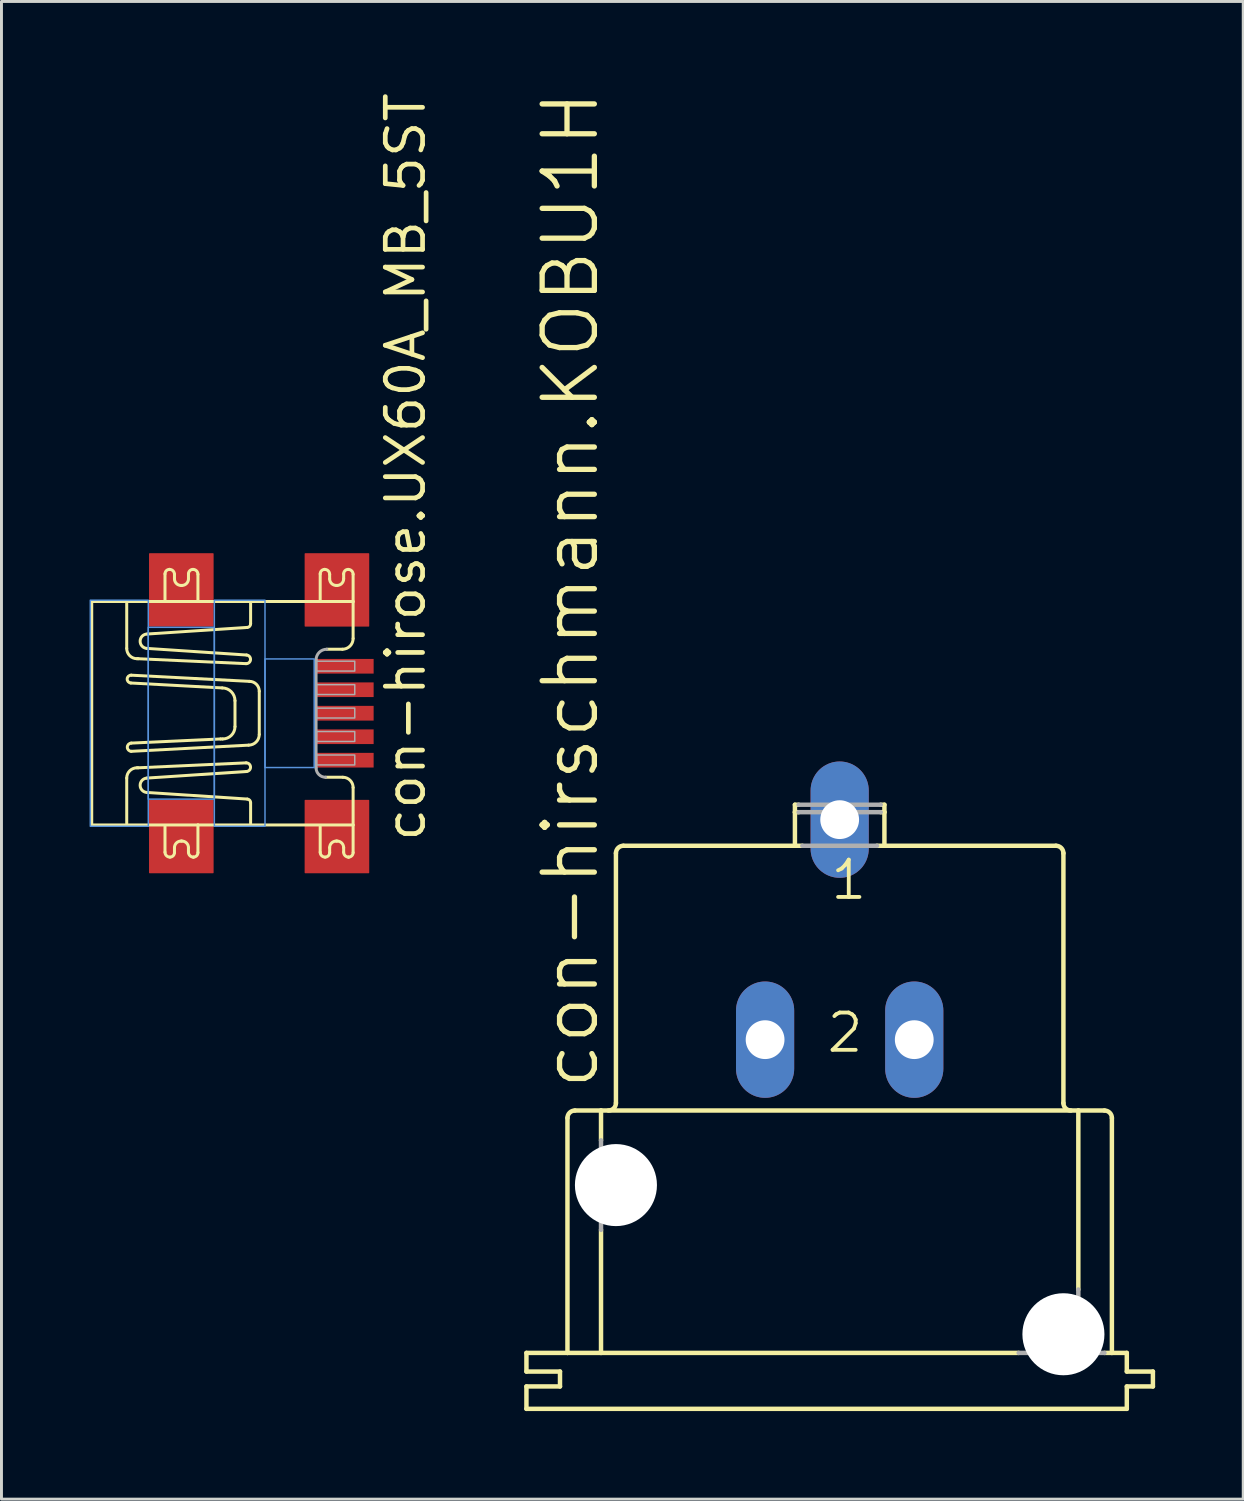
<source format=kicad_pcb>
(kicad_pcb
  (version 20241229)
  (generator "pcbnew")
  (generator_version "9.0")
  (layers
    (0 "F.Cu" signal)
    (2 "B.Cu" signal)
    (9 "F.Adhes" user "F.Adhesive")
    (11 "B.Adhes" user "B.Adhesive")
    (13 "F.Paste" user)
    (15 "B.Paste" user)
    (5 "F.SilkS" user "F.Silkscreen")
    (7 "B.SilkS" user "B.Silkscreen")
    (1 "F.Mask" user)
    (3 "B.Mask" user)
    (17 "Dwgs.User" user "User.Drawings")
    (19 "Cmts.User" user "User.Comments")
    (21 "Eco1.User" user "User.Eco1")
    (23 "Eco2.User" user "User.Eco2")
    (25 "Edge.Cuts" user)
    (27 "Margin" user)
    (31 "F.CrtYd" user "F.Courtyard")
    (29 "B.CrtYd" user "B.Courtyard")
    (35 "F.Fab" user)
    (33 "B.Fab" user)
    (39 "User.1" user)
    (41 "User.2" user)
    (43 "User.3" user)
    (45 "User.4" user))
  (footprint "con-hirose.UX60A_MB_5ST"
    (layer "F.Cu")
    (at 6.425 21.241)
    (property "Reference" "con-hirose.UX60A_MB_5ST" (at 5.08 4.445 90) (layer "F.SilkS") (effects (font (size 1.27 1.27) (thickness 0.16)) (justify left bottom)))
    (attr smd)
    (fp_line (start -6.351 -3.806) (end 2.551 -3.806) (stroke (width 0.102) (type default)) (layer "F.SilkS"))
    (fp_line (start -6.351 3.806) (end -6.351 -3.806) (stroke (width 0.102) (type default)) (layer "F.SilkS"))
    (fp_line (start -5.159 -3.75) (end -5.159 -2.208) (stroke (width 0.102) (type default)) (layer "F.SilkS"))
    (fp_line (start -5.159 3.75) (end -5.159 2.208) (stroke (width 0.102) (type default)) (layer "F.SilkS"))
    (fp_line (start -5.019 -1.03) (end -1.907 -0.862) (stroke (width 0.102) (type default)) (layer "F.SilkS"))
    (fp_line (start -5.005 1.297) (end -1.01 1.087) (stroke (width 0.102) (type default)) (layer "F.SilkS"))
    (fp_line (start -4.809 -1.857) (end -4.767 -1.857) (stroke (width 0.102) (type default)) (layer "F.SilkS"))
    (fp_line (start -4.809 1.858) (end -4.767 1.858) (stroke (width 0.102) (type default)) (layer "F.SilkS"))
    (fp_line (start -4.767 -1.857) (end -1.094 -1.689) (stroke (width 0.102) (type default)) (layer "F.SilkS"))
    (fp_line (start -4.767 1.858) (end -1.094 1.69) (stroke (width 0.102) (type default)) (layer "F.SilkS"))
    (fp_line (start -4.458 -2.698) (end -1.052 -2.923) (stroke (width 0.102) (type default)) (layer "F.SilkS"))
    (fp_line (start -4.458 2.699) (end -1.052 2.923) (stroke (width 0.102) (type default)) (layer "F.SilkS"))
    (fp_line (start -3.856 4.732) (end -3.856 3.862) (stroke (width 0.102) (type default)) (layer "F.SilkS"))
    (fp_line (start -3.856 -3.806) (end -3.856 -4.745) (stroke (width 0.102) (type default)) (layer "F.SilkS"))
    (fp_line (start -3.701 -4.899) (end -3.701 -4.899) (stroke (width 0.102) (type default)) (layer "F.SilkS"))
    (fp_line (start -3.533 4.577) (end -3.533 4.746) (stroke (width 0.102) (type default)) (layer "F.SilkS"))
    (fp_line (start -3.533 -4.731) (end -3.533 -4.577) (stroke (width 0.102) (type default)) (layer "F.SilkS"))
    (fp_line (start -3.309 -4.353) (end -3.281 -4.353) (stroke (width 0.102) (type default)) (layer "F.SilkS"))
    (fp_line (start -3.281 4.353) (end -3.309 4.353) (stroke (width 0.102) (type default)) (layer "F.SilkS"))
    (fp_line (start -3.057 4.732) (end -3.057 4.577) (stroke (width 0.102) (type default)) (layer "F.SilkS"))
    (fp_line (start -3.056 -4.577) (end -3.056 -4.745) (stroke (width 0.102) (type default)) (layer "F.SilkS"))
    (fp_line (start -2.888 4.9) (end -2.888 4.9) (stroke (width 0.102) (type default)) (layer "F.SilkS"))
    (fp_line (start -2.734 3.806) (end -6.351 3.806) (stroke (width 0.102) (type default)) (layer "F.SilkS"))
    (fp_line (start -2.734 3.806) (end -2.734 4.746) (stroke (width 0.102) (type default)) (layer "F.SilkS"))
    (fp_line (start -2.734 -4.731) (end -2.734 -3.862) (stroke (width 0.102) (type default)) (layer "F.SilkS"))
    (fp_line (start -1.963 0.876) (end -5.005 1.017) (stroke (width 0.102) (type default)) (layer "F.SilkS"))
    (fp_line (start -1.893 0.876) (end -1.963 0.876) (stroke (width 0.102) (type default)) (layer "F.SilkS"))
    (fp_line (start -1.472 -0.427) (end -1.472 0.456) (stroke (width 0.102) (type default)) (layer "F.SilkS"))
    (fp_line (start -1.08 -1.983) (end -4.472 -2.208) (stroke (width 0.102) (type default)) (layer "F.SilkS"))
    (fp_line (start -1.08 1.984) (end -4.472 2.208) (stroke (width 0.102) (type default)) (layer "F.SilkS"))
    (fp_line (start -0.982 -1.086) (end -5.005 -1.296) (stroke (width 0.102) (type default)) (layer "F.SilkS"))
    (fp_line (start -0.94 -3.049) (end -0.94 -3.75) (stroke (width 0.102) (type default)) (layer "F.SilkS"))
    (fp_line (start -0.94 3.049) (end -0.94 3.75) (stroke (width 0.102) (type default)) (layer "F.SilkS"))
    (fp_line (start -0.645 0.722) (end -0.645 -0.75) (stroke (width 0.102) (type default)) (layer "F.SilkS"))
    (fp_line (start 1.43 4.732) (end 1.43 3.862) (stroke (width 0.102) (type default)) (layer "F.SilkS"))
    (fp_line (start 1.43 -3.806) (end 1.43 -4.745) (stroke (width 0.102) (type default)) (layer "F.SilkS"))
    (fp_line (start 1.584 -4.899) (end 1.584 -4.899) (stroke (width 0.102) (type default)) (layer "F.SilkS"))
    (fp_line (start 1.612 2.18) (end 2.201 2.18) (stroke (width 0.102) (type default)) (layer "F.SilkS"))
    (fp_line (start 1.752 4.577) (end 1.752 4.746) (stroke (width 0.102) (type default)) (layer "F.SilkS"))
    (fp_line (start 1.752 -4.731) (end 1.752 -4.577) (stroke (width 0.102) (type default)) (layer "F.SilkS"))
    (fp_line (start 1.976 -4.353) (end 2.005 -4.353) (stroke (width 0.102) (type default)) (layer "F.SilkS"))
    (fp_line (start 2.004 4.353) (end 1.976 4.353) (stroke (width 0.102) (type default)) (layer "F.SilkS"))
    (fp_line (start 2.187 -2.18) (end 1.654 -2.18) (stroke (width 0.102) (type default)) (layer "F.SilkS"))
    (fp_line (start 2.229 4.732) (end 2.229 4.577) (stroke (width 0.102) (type default)) (layer "F.SilkS"))
    (fp_line (start 2.229 -4.577) (end 2.229 -4.745) (stroke (width 0.102) (type default)) (layer "F.SilkS"))
    (fp_line (start 2.397 4.9) (end 2.397 4.9) (stroke (width 0.102) (type default)) (layer "F.SilkS"))
    (fp_line (start 2.551 -3.806) (end 2.551 -2.544) (stroke (width 0.102) (type default)) (layer "F.SilkS"))
    (fp_line (start 2.551 2.531) (end 2.551 3.806) (stroke (width 0.102) (type default)) (layer "F.SilkS"))
    (fp_line (start 2.551 3.806) (end -2.734 3.806) (stroke (width 0.102) (type default)) (layer "F.SilkS"))
    (fp_line (start 2.551 3.806) (end 2.551 4.746) (stroke (width 0.102) (type default)) (layer "F.SilkS"))
    (fp_line (start 2.551 -4.731) (end 2.551 -3.792) (stroke (width 0.102) (type default)) (layer "F.SilkS"))
    (fp_arc (start -5.1592 2.2083) (mid -5.056512 1.960488) (end -4.8087 1.8578) (stroke (width 0.1016) (type default)) (layer "F.SilkS"))
    (fp_arc (start -5.0191 -1.0301) (mid -5.1453 -1.1703) (end -5.0051 -1.2965) (stroke (width 0.1016) (type default)) (layer "F.SilkS"))
    (fp_arc (start -5.0051 1.297) (mid -5.138901 1.15685) (end -5.0051 1.0167) (stroke (width 0.1016) (type default)) (layer "F.SilkS"))
    (fp_arc (start -4.8088 -1.8572) (mid -5.05667 -1.95983) (end -5.1593 -2.2077) (stroke (width 0.1016) (type default)) (layer "F.SilkS"))
    (fp_arc (start -4.4724 -2.2077) (mid -4.701722 -2.459792) (end -4.4584 -2.6984) (stroke (width 0.1016) (type default)) (layer "F.SilkS"))
    (fp_arc (start -4.4583 2.699) (mid -4.701622 2.460392) (end -4.4723 2.2083) (stroke (width 0.1016) (type default)) (layer "F.SilkS"))
    (fp_arc (start -3.8555 -4.7451) (mid -3.810477 -4.854348) (end -3.7012 -4.8993) (stroke (width 0.1016) (type default)) (layer "F.SilkS"))
    (fp_arc (start -3.7013 -4.8993) (mid -3.582365 -4.850035) (end -3.5331 -4.7311) (stroke (width 0.1016) (type default)) (layer "F.SilkS"))
    (fp_arc (start -3.6874 4.8999) (mid -3.806335 4.850635) (end -3.8556 4.7317) (stroke (width 0.1016) (type default)) (layer "F.SilkS"))
    (fp_arc (start -3.5332 4.5775) (mid -3.467533 4.418867) (end -3.3089 4.3532) (stroke (width 0.1016) (type default)) (layer "F.SilkS"))
    (fp_arc (start -3.5332 4.7457) (mid -3.578364 4.854736) (end -3.6874 4.8999) (stroke (width 0.1016) (type default)) (layer "F.SilkS"))
    (fp_arc (start -3.3088 -4.3526) (mid -3.467463 -4.418237) (end -3.5331 -4.5769) (stroke (width 0.1016) (type default)) (layer "F.SilkS"))
    (fp_arc (start -3.2808 4.3532) (mid -3.122108 4.418808) (end -3.0565 4.5775) (stroke (width 0.1016) (type default)) (layer "F.SilkS"))
    (fp_arc (start -3.0564 -4.7451) (mid -3.011236 -4.854136) (end -2.9022 -4.8993) (stroke (width 0.1016) (type default)) (layer "F.SilkS"))
    (fp_arc (start -3.0564 -4.5769) (mid -3.122037 -4.418237) (end -3.2807 -4.3526) (stroke (width 0.1016) (type default)) (layer "F.SilkS"))
    (fp_arc (start -2.9022 -4.8993) (mid -2.783265 -4.850035) (end -2.734 -4.7311) (stroke (width 0.1016) (type default)) (layer "F.SilkS"))
    (fp_arc (start -2.8883 4.8999) (mid -3.007235 4.850635) (end -3.0565 4.7317) (stroke (width 0.1016) (type default)) (layer "F.SilkS"))
    (fp_arc (start -2.7341 4.7457) (mid -2.779123 4.854948) (end -2.8884 4.8999) (stroke (width 0.1016) (type default)) (layer "F.SilkS"))
    (fp_arc (start -1.9069 -0.8619) (mid -1.599591 -0.734609) (end -1.4723 -0.4273) (stroke (width 0.1016) (type default)) (layer "F.SilkS"))
    (fp_arc (start -1.4723 0.4559) (mid -1.595491 0.753309) (end -1.8929 0.8765) (stroke (width 0.1016) (type default)) (layer "F.SilkS"))
    (fp_arc (start -1.0937 1.6896) (mid -0.9398 1.829814) (end -1.0797 1.984) (stroke (width 0.1016) (type default)) (layer "F.SilkS"))
    (fp_arc (start -1.0798 -1.9834) (mid -0.9399 -1.829214) (end -1.0938 -1.689) (stroke (width 0.1016) (type default)) (layer "F.SilkS"))
    (fp_arc (start -1.0517 2.9233) (mid -0.96976 2.963358) (end -0.9395 3.0494) (stroke (width 0.1016) (type default)) (layer "F.SilkS"))
    (fp_arc (start -0.9817 -1.0862) (mid -0.743817 -0.987583) (end -0.6452 -0.7497) (stroke (width 0.1016) (type default)) (layer "F.SilkS"))
    (fp_arc (start -0.9396 -3.0488) (mid -0.96986 -2.962758) (end -1.0518 -2.9227) (stroke (width 0.1016) (type default)) (layer "F.SilkS"))
    (fp_arc (start -0.6452 0.7223) (mid -0.75196 0.98004) (end -1.0097 1.0868) (stroke (width 0.1016) (type default)) (layer "F.SilkS"))
    (fp_arc (start 1.4297 -4.7451) (mid 1.474782 -4.854289) (end 1.584 -4.8993) (stroke (width 0.1016) (type default)) (layer "F.SilkS"))
    (fp_arc (start 1.5839 -4.8993) (mid 1.702835 -4.850035) (end 1.7521 -4.7311) (stroke (width 0.1016) (type default)) (layer "F.SilkS"))
    (fp_arc (start 1.5978 4.8999) (mid 1.478865 4.850635) (end 1.4296 4.7317) (stroke (width 0.1016) (type default)) (layer "F.SilkS"))
    (fp_arc (start 1.752 4.5775) (mid 1.817696 4.418896) (end 1.9763 4.3532) (stroke (width 0.1016) (type default)) (layer "F.SilkS"))
    (fp_arc (start 1.752 4.7457) (mid 1.706836 4.854736) (end 1.5978 4.8999) (stroke (width 0.1016) (type default)) (layer "F.SilkS"))
    (fp_arc (start 1.9764 -4.3526) (mid 1.817796 -4.418296) (end 1.7521 -4.5769) (stroke (width 0.1016) (type default)) (layer "F.SilkS"))
    (fp_arc (start 2.0044 4.3532) (mid 2.163092 4.418808) (end 2.2287 4.5775) (stroke (width 0.1016) (type default)) (layer "F.SilkS"))
    (fp_arc (start 2.2006 2.1802) (mid 2.44847 2.28283) (end 2.5511 2.5307) (stroke (width 0.1016) (type default)) (layer "F.SilkS"))
    (fp_arc (start 2.2288 -4.7451) (mid 2.273964 -4.854136) (end 2.383 -4.8993) (stroke (width 0.1016) (type default)) (layer "F.SilkS"))
    (fp_arc (start 2.2288 -4.5769) (mid 2.163133 -4.418267) (end 2.0045 -4.3526) (stroke (width 0.1016) (type default)) (layer "F.SilkS"))
    (fp_arc (start 2.383 -4.8993) (mid 2.501935 -4.850035) (end 2.5512 -4.7311) (stroke (width 0.1016) (type default)) (layer "F.SilkS"))
    (fp_arc (start 2.3969 4.8999) (mid 2.277965 4.850635) (end 2.2287 4.7317) (stroke (width 0.1016) (type default)) (layer "F.SilkS"))
    (fp_arc (start 2.5511 -2.5442) (mid 2.44437 -2.28643) (end 2.1866 -2.1797) (stroke (width 0.1016) (type default)) (layer "F.SilkS"))
    (fp_arc (start 2.5511 4.7457) (mid 2.506048 4.854918) (end 2.3968 4.8999) (stroke (width 0.1016) (type default)) (layer "F.SilkS"))
    (fp_rect (start -6.4 3.85) (end -4.425 -3.85) (stroke (width 0.05) (type default)) (fill no) (layer "Cmts.User"))
    (fp_rect (start -4.425 2.925) (end -2.175 -2.925) (stroke (width 0.05) (type default)) (fill no) (layer "Cmts.User"))
    (fp_rect (start -2.175 3.85) (end -0.45 -3.85) (stroke (width 0.05) (type default)) (fill no) (layer "Cmts.User"))
    (fp_rect (start -0.45 1.85) (end 1.225 -1.85) (stroke (width 0.05) (type default)) (fill no) (layer "Cmts.User"))
    (fp_line (start 1.289 -1.815) (end 1.289 1.858) (stroke (width 0.102) (type default)) (layer "F.Fab"))
    (fp_rect (start 1.303 -1.437) (end 2.607 -1.773) (stroke (width 0.05) (type default)) (fill no) (layer "F.Fab"))
    (fp_rect (start 1.303 -0.638) (end 2.607 -0.974) (stroke (width 0.05) (type default)) (fill no) (layer "F.Fab"))
    (fp_rect (start 1.303 0.162) (end 2.607 -0.175) (stroke (width 0.05) (type default)) (fill no) (layer "F.Fab"))
    (fp_rect (start 1.303 0.961) (end 2.607 0.624) (stroke (width 0.05) (type default)) (fill no) (layer "F.Fab"))
    (fp_rect (start 1.303 1.76) (end 2.607 1.423) (stroke (width 0.05) (type default)) (fill no) (layer "F.Fab"))
    (fp_arc (start 1.2894 -1.8152) (mid 1.39616 -2.07294) (end 1.6539 -2.1797) (stroke (width 0.1016) (type default)) (layer "F.Fab"))
    (fp_arc (start 1.6118 2.1802) (mid 1.383829 2.085771) (end 1.2894 1.8578) (stroke (width 0.1016) (type default)) (layer "F.Fab"))
    (pad "1" smd roundrect (at 2.25 -1.6) (size 2 0.5) (layers "F.Cu" "F.Mask" "F.Paste") (roundrect_rratio 0.01))
    (pad "2" smd roundrect (at 2.25 -0.8) (size 2 0.5) (layers "F.Cu" "F.Mask" "F.Paste") (roundrect_rratio 0.01))
    (pad "3" smd roundrect (at 2.25 0) (size 2 0.5) (layers "F.Cu" "F.Mask" "F.Paste") (roundrect_rratio 0.01))
    (pad "4" smd roundrect (at 2.25 0.8) (size 2 0.5) (layers "F.Cu" "F.Mask" "F.Paste") (roundrect_rratio 0.01))
    (pad "5" smd roundrect (at 2.25 1.6) (size 2 0.5) (layers "F.Cu" "F.Mask" "F.Paste") (roundrect_rratio 0.01))
    (pad "M1" smd roundrect (at -3.3 4.2) (size 2.2 2.5) (layers "F.Cu" "F.Mask" "F.Paste") (roundrect_rratio 0.01))
    (pad "M2" smd roundrect (at -3.3 -4.2) (size 2.2 2.5) (layers "F.Cu" "F.Mask" "F.Paste") (roundrect_rratio 0.01))
    (pad "M3" smd roundrect (at 2 -4.2) (size 2.2 2.5) (layers "F.Cu" "F.Mask" "F.Paste") (roundrect_rratio 0.01))
    (pad "M4" smd roundrect (at 2 4.2) (size 2.2 2.5) (layers "F.Cu" "F.Mask" "F.Paste") (roundrect_rratio 0.01)))
  (footprint "con-hirschmann.KOBU1H"
    (layer "F.Cu")
    (at 25.547 37.311)
    (property "Reference" "con-hirschmann.KOBU1H" (at -8.128 -3.175 90) (layer "F.SilkS") (effects (font (size 1.778 1.778) (thickness 0.18)) (justify left bottom)))
    (attr through_hole)
    (fp_line (start -10.668 6.35) (end -10.668 5.715) (stroke (width 0.152) (type default)) (layer "F.SilkS"))
    (fp_line (start -10.668 6.35) (end -9.525 6.35) (stroke (width 0.152) (type default)) (layer "F.SilkS"))
    (fp_line (start -10.668 7.62) (end -10.668 6.858) (stroke (width 0.152) (type default)) (layer "F.SilkS"))
    (fp_line (start -10.668 7.62) (end 9.779 7.62) (stroke (width 0.152) (type default)) (layer "F.SilkS"))
    (fp_line (start -9.525 6.858) (end -10.668 6.858) (stroke (width 0.152) (type default)) (layer "F.SilkS"))
    (fp_line (start -9.525 6.858) (end -9.525 6.35) (stroke (width 0.152) (type default)) (layer "F.SilkS"))
    (fp_line (start -9.271 5.715) (end -10.668 5.715) (stroke (width 0.152) (type default)) (layer "F.SilkS"))
    (fp_line (start -9.271 5.715) (end -9.271 -2.286) (stroke (width 0.152) (type default)) (layer "F.SilkS"))
    (fp_line (start -9.271 5.715) (end -8.128 5.715) (stroke (width 0.152) (type default)) (layer "F.SilkS"))
    (fp_line (start -9.017 -2.54) (end -8.128 -2.54) (stroke (width 0.152) (type default)) (layer "F.SilkS"))
    (fp_line (start -8.128 -2.54) (end -8.128 -1.524) (stroke (width 0.152) (type default)) (layer "F.SilkS"))
    (fp_line (start -8.128 1.524) (end -8.128 5.715) (stroke (width 0.152) (type default)) (layer "F.SilkS"))
    (fp_line (start -8.128 5.715) (end 6.096 5.715) (stroke (width 0.152) (type default)) (layer "F.SilkS"))
    (fp_line (start -7.62 -2.794) (end -7.62 -11.303) (stroke (width 0.152) (type default)) (layer "F.SilkS"))
    (fp_line (start -1.524 -12.954) (end -1.524 -12.7) (stroke (width 0.152) (type default)) (layer "F.SilkS"))
    (fp_line (start -1.524 -12.7) (end -1.524 -11.557) (stroke (width 0.152) (type default)) (layer "F.SilkS"))
    (fp_line (start -1.524 -12.7) (end -1.397 -12.7) (stroke (width 0.152) (type default)) (layer "F.SilkS"))
    (fp_line (start -1.524 -11.557) (end -7.366 -11.557) (stroke (width 0.152) (type default)) (layer "F.SilkS"))
    (fp_line (start -1.397 -12.954) (end -1.524 -12.954) (stroke (width 0.152) (type default)) (layer "F.SilkS"))
    (fp_line (start -1.27 -11.557) (end -1.524 -11.557) (stroke (width 0.152) (type default)) (layer "F.SilkS"))
    (fp_line (start 1.397 -12.7) (end 1.524 -12.7) (stroke (width 0.152) (type default)) (layer "F.SilkS"))
    (fp_line (start 1.524 -12.954) (end 1.397 -12.954) (stroke (width 0.152) (type default)) (layer "F.SilkS"))
    (fp_line (start 1.524 -12.7) (end 1.524 -12.954) (stroke (width 0.152) (type default)) (layer "F.SilkS"))
    (fp_line (start 1.524 -11.557) (end 1.27 -11.557) (stroke (width 0.152) (type default)) (layer "F.SilkS"))
    (fp_line (start 1.524 -11.557) (end 1.524 -12.7) (stroke (width 0.152) (type default)) (layer "F.SilkS"))
    (fp_line (start 7.366 -11.557) (end 1.524 -11.557) (stroke (width 0.152) (type default)) (layer "F.SilkS"))
    (fp_line (start 7.62 -2.794) (end 7.62 -11.303) (stroke (width 0.152) (type default)) (layer "F.SilkS"))
    (fp_line (start 8.128 -2.54) (end -8.128 -2.54) (stroke (width 0.152) (type default)) (layer "F.SilkS"))
    (fp_line (start 8.128 3.556) (end 8.128 -2.54) (stroke (width 0.152) (type default)) (layer "F.SilkS"))
    (fp_line (start 9.017 -2.54) (end 8.128 -2.54) (stroke (width 0.152) (type default)) (layer "F.SilkS"))
    (fp_line (start 9.271 5.715) (end 9.017 5.715) (stroke (width 0.152) (type default)) (layer "F.SilkS"))
    (fp_line (start 9.271 5.715) (end 9.271 -2.286) (stroke (width 0.152) (type default)) (layer "F.SilkS"))
    (fp_line (start 9.779 5.715) (end 9.271 5.715) (stroke (width 0.152) (type default)) (layer "F.SilkS"))
    (fp_line (start 9.779 5.715) (end 9.779 6.35) (stroke (width 0.152) (type default)) (layer "F.SilkS"))
    (fp_line (start 9.779 7.62) (end 9.779 6.858) (stroke (width 0.152) (type default)) (layer "F.SilkS"))
    (fp_line (start 10.668 6.35) (end 9.779 6.35) (stroke (width 0.152) (type default)) (layer "F.SilkS"))
    (fp_line (start 10.668 6.858) (end 9.779 6.858) (stroke (width 0.152) (type default)) (layer "F.SilkS"))
    (fp_line (start 10.668 6.858) (end 10.668 6.35) (stroke (width 0.152) (type default)) (layer "F.SilkS"))
    (fp_arc (start -9.271 -2.286) (mid -9.196605 -2.465605) (end -9.017 -2.54) (stroke (width 0.1524) (type default)) (layer "F.SilkS"))
    (fp_arc (start -7.62 -11.303) (mid -7.545605 -11.482605) (end -7.366 -11.557) (stroke (width 0.1524) (type default)) (layer "F.SilkS"))
    (fp_arc (start -7.62 -2.794) (mid -7.694395 -2.614395) (end -7.874 -2.54) (stroke (width 0.1524) (type default)) (layer "F.SilkS"))
    (fp_arc (start 7.366 -11.557) (mid 7.545605 -11.482605) (end 7.62 -11.303) (stroke (width 0.1524) (type default)) (layer "F.SilkS"))
    (fp_arc (start 7.874 -2.54) (mid 7.694395 -2.614395) (end 7.62 -2.794) (stroke (width 0.1524) (type default)) (layer "F.SilkS"))
    (fp_arc (start 9.017 -2.54) (mid 9.196605 -2.465605) (end 9.271 -2.286) (stroke (width 0.1524) (type default)) (layer "F.SilkS"))
    (fp_line (start -8.128 -1.524) (end -8.128 1.524) (stroke (width 0.152) (type default)) (layer "F.Fab"))
    (fp_line (start -1.397 -12.7) (end 1.397 -12.7) (stroke (width 0.152) (type default)) (layer "F.Fab"))
    (fp_line (start 1.27 -11.557) (end -1.27 -11.557) (stroke (width 0.152) (type default)) (layer "F.Fab"))
    (fp_line (start 1.397 -12.954) (end -1.397 -12.954) (stroke (width 0.152) (type default)) (layer "F.Fab"))
    (fp_line (start 8.128 3.556) (end 8.128 5.715) (stroke (width 0.152) (type default)) (layer "F.Fab"))
    (fp_line (start 8.128 5.715) (end 6.096 5.715) (stroke (width 0.152) (type default)) (layer "F.Fab"))
    (fp_line (start 9.017 5.715) (end 8.128 5.715) (stroke (width 0.152) (type default)) (layer "F.Fab"))
    (fp_text user "1" (at -0.381 -9.652 0) (layer "F.SilkS") (effects (font (size 1.27 1.27) (thickness 0.13)) (justify left bottom)))
    (fp_text user "2" (at -0.508 -4.445 0) (layer "F.SilkS") (effects (font (size 1.27 1.27) (thickness 0.13)) (justify left bottom)))
    (pad "" np_thru_hole circle (at -7.62 0) (size 2.794 2.794) (drill 2.794) (layers "*.Cu" "*.Mask"))
    (pad "" np_thru_hole circle (at 7.62 5.08) (size 2.794 2.794) (drill 2.794) (layers "*.Cu" "*.Mask"))
    (pad "1" thru_hole oval (at 0 -12.446 90) (size 3.962 1.981) (drill 1.321) (layers "*.Cu" "*.Mask"))
    (pad "2" thru_hole oval (at 2.54 -4.953 90) (size 3.962 1.981) (drill 1.321) (layers "*.Cu" "*.Mask"))
    (pad "2@1" thru_hole oval (at -2.54 -4.953 90) (size 3.962 1.981) (drill 1.321) (layers "*.Cu" "*.Mask")))
  (gr_rect
    (start -3 -3)
    (end 39.291 48.007)
    (stroke (width 0.1) (type default))
    (fill no)
    (layer "Edge.Cuts")))
</source>
